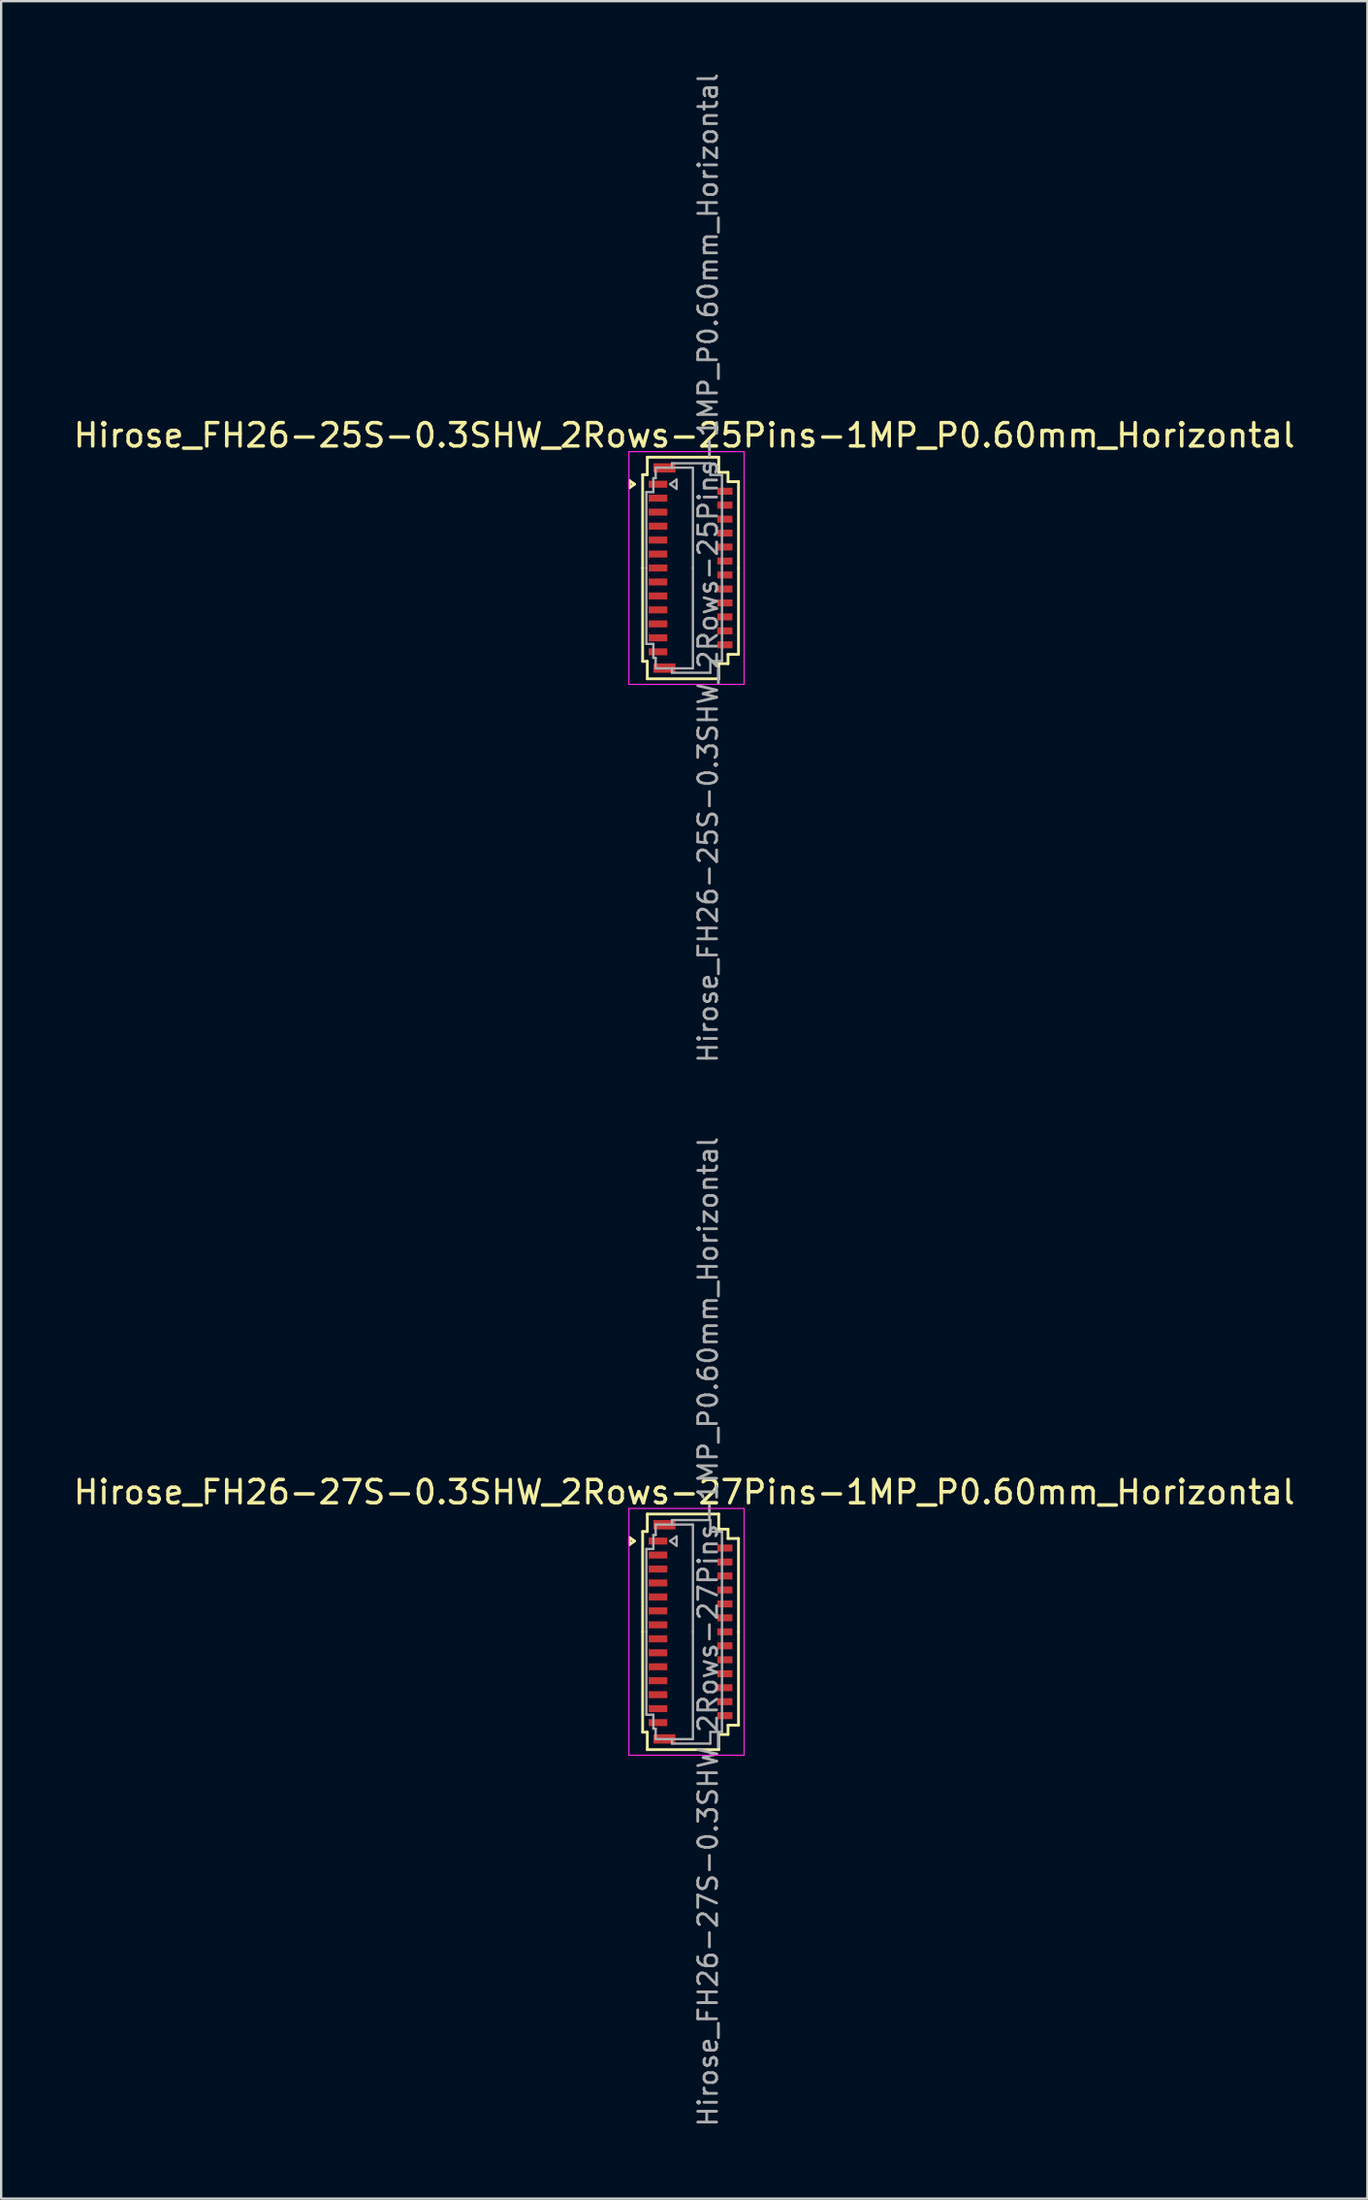
<source format=kicad_pcb>
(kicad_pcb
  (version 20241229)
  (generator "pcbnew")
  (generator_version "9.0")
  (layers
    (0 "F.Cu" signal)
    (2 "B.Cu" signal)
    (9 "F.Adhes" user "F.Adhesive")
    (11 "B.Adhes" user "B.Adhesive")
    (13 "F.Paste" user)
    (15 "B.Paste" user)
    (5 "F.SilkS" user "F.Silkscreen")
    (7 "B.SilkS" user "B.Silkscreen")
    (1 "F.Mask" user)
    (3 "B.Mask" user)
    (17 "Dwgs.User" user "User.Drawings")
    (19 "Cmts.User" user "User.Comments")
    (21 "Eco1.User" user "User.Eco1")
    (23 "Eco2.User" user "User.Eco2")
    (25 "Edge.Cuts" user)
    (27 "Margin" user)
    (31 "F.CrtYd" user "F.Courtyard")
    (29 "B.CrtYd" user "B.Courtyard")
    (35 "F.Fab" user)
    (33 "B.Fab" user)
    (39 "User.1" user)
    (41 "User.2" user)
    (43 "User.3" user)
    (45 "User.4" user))
  (footprint "Hirose_FH26-25S-0.3SHW_2Rows-25Pins-1MP_P0.60mm_Horizontal"
    (layer "F.Cu")
    (at 26.633 21.352)
    (property "Reference" "Hirose_FH26-25S-0.3SHW_2Rows-25Pins-1MP_P0.60mm_Horizontal" (at -0.27 -5.7 0) (layer "F.SilkS") (effects (font (size 1 1) (thickness 0.15))))
    (attr smd)
    (fp_line (start -2.622 -3.75) (end -2.41 -3.6) (stroke (width 0.12) (type solid)) (layer "F.SilkS"))
    (fp_line (start -2.622 -3.45) (end -2.622 -3.75) (stroke (width 0.12) (type solid)) (layer "F.SilkS"))
    (fp_line (start -2.41 -3.6) (end -2.622 -3.45) (stroke (width 0.12) (type solid)) (layer "F.SilkS"))
    (fp_line (start -2.06 -4.01) (end -2.06 0) (stroke (width 0.12) (type solid)) (layer "F.SilkS"))
    (fp_line (start -2.06 4.01) (end -2.06 0) (stroke (width 0.12) (type solid)) (layer "F.SilkS"))
    (fp_line (start -1.86 -4.76) (end -1.86 -4.01) (stroke (width 0.12) (type solid)) (layer "F.SilkS"))
    (fp_line (start -1.86 -4.01) (end -2.06 -4.01) (stroke (width 0.12) (type solid)) (layer "F.SilkS"))
    (fp_line (start -1.86 4.01) (end -2.06 4.01) (stroke (width 0.12) (type solid)) (layer "F.SilkS"))
    (fp_line (start -1.86 4.76) (end -1.86 4.01) (stroke (width 0.12) (type solid)) (layer "F.SilkS"))
    (fp_line (start 1.21 -4.76) (end -1.86 -4.76) (stroke (width 0.12) (type solid)) (layer "F.SilkS"))
    (fp_line (start 1.21 -4.11) (end 1.21 -4.76) (stroke (width 0.12) (type solid)) (layer "F.SilkS"))
    (fp_line (start 1.21 4.11) (end 1.21 4.76) (stroke (width 0.12) (type solid)) (layer "F.SilkS"))
    (fp_line (start 1.21 4.76) (end -1.86 4.76) (stroke (width 0.12) (type solid)) (layer "F.SilkS"))
    (fp_line (start 1.61 -4.11) (end 1.21 -4.11) (stroke (width 0.12) (type solid)) (layer "F.SilkS"))
    (fp_line (start 1.61 -3.71) (end 1.61 -4.11) (stroke (width 0.12) (type solid)) (layer "F.SilkS"))
    (fp_line (start 1.61 3.71) (end 1.61 4.11) (stroke (width 0.12) (type solid)) (layer "F.SilkS"))
    (fp_line (start 1.61 4.11) (end 1.21 4.11) (stroke (width 0.12) (type solid)) (layer "F.SilkS"))
    (fp_line (start 2.06 -3.71) (end 1.61 -3.71) (stroke (width 0.12) (type solid)) (layer "F.SilkS"))
    (fp_line (start 2.06 0) (end 2.06 -3.71) (stroke (width 0.12) (type solid)) (layer "F.SilkS"))
    (fp_line (start 2.06 0) (end 2.06 3.71) (stroke (width 0.12) (type solid)) (layer "F.SilkS"))
    (fp_line (start 2.06 3.71) (end 1.61 3.71) (stroke (width 0.12) (type solid)) (layer "F.SilkS"))
    (fp_line (start -2.65 -5) (end -2.65 5) (stroke (width 0.05) (type solid)) (layer "F.CrtYd"))
    (fp_line (start -2.65 5) (end 2.3 5) (stroke (width 0.05) (type solid)) (layer "F.CrtYd"))
    (fp_line (start 2.3 -5) (end -2.65 -5) (stroke (width 0.05) (type solid)) (layer "F.CrtYd"))
    (fp_line (start 2.3 5) (end 2.3 -5) (stroke (width 0.05) (type solid)) (layer "F.CrtYd"))
    (fp_line (start -1.9 -3.26) (end -1.6 -3.26) (stroke (width 0.1) (type solid)) (layer "F.Fab"))
    (fp_line (start -1.9 0) (end -1.9 -3.26) (stroke (width 0.1) (type solid)) (layer "F.Fab"))
    (fp_line (start -1.9 0) (end -1.9 3.26) (stroke (width 0.1) (type solid)) (layer "F.Fab"))
    (fp_line (start -1.9 3.26) (end -1.6 3.26) (stroke (width 0.1) (type solid)) (layer "F.Fab"))
    (fp_line (start -1.6 -3.86) (end -1.5 -3.86) (stroke (width 0.1) (type solid)) (layer "F.Fab"))
    (fp_line (start -1.6 -3.26) (end -1.6 -3.86) (stroke (width 0.1) (type solid)) (layer "F.Fab"))
    (fp_line (start -1.6 3.26) (end -1.6 3.86) (stroke (width 0.1) (type solid)) (layer "F.Fab"))
    (fp_line (start -1.6 3.86) (end -1.5 3.86) (stroke (width 0.1) (type solid)) (layer "F.Fab"))
    (fp_line (start -1.5 -4.31) (end -0.8 -4.31) (stroke (width 0.1) (type solid)) (layer "F.Fab"))
    (fp_line (start -1.5 -3.86) (end -1.5 -4.31) (stroke (width 0.1) (type solid)) (layer "F.Fab"))
    (fp_line (start -1.5 3.86) (end -1.5 4.31) (stroke (width 0.1) (type solid)) (layer "F.Fab"))
    (fp_line (start -1.5 4.31) (end -0.8 4.31) (stroke (width 0.1) (type solid)) (layer "F.Fab"))
    (fp_line (start -0.883 -3.6) (end -0.6 -3.4) (stroke (width 0.1) (type solid)) (layer "F.Fab"))
    (fp_line (start -0.8 -4.5) (end 0.85 -4.5) (stroke (width 0.1) (type solid)) (layer "F.Fab"))
    (fp_line (start -0.8 -4.31) (end -0.8 -4.5) (stroke (width 0.1) (type solid)) (layer "F.Fab"))
    (fp_line (start -0.8 4.31) (end -0.8 4.5) (stroke (width 0.1) (type solid)) (layer "F.Fab"))
    (fp_line (start -0.8 4.5) (end 0.85 4.5) (stroke (width 0.1) (type solid)) (layer "F.Fab"))
    (fp_line (start -0.6 -3.8) (end -0.883 -3.6) (stroke (width 0.1) (type solid)) (layer "F.Fab"))
    (fp_line (start -0.6 -3.4) (end -0.6 -3.8) (stroke (width 0.1) (type solid)) (layer "F.Fab"))
    (fp_line (start 0.1 -4.31) (end -0.8 -4.31) (stroke (width 0.1) (type solid)) (layer "F.Fab"))
    (fp_line (start 0.1 0) (end 0.1 -4.31) (stroke (width 0.1) (type solid)) (layer "F.Fab"))
    (fp_line (start 0.1 0) (end 0.1 4.31) (stroke (width 0.1) (type solid)) (layer "F.Fab"))
    (fp_line (start 0.1 4.31) (end -0.8 4.31) (stroke (width 0.1) (type solid)) (layer "F.Fab"))
    (fp_line (start 0.85 -4.5) (end 0.85 -4) (stroke (width 0.1) (type solid)) (layer "F.Fab"))
    (fp_line (start 0.85 -4) (end 1.35 -4) (stroke (width 0.1) (type solid)) (layer "F.Fab"))
    (fp_line (start 0.85 4) (end 1.35 4) (stroke (width 0.1) (type solid)) (layer "F.Fab"))
    (fp_line (start 0.85 4.5) (end 0.85 4) (stroke (width 0.1) (type solid)) (layer "F.Fab"))
    (fp_line (start 1.35 -4) (end 1.35 0) (stroke (width 0.1) (type solid)) (layer "F.Fab"))
    (fp_line (start 1.35 4) (end 1.35 0) (stroke (width 0.1) (type solid)) (layer "F.Fab"))
    (fp_text user "${REFERENCE}" (at 0.75 0 90) (layer "F.Fab") (effects (font (size 0.81 0.81) (thickness 0.12))))
    (pad "1" smd rect (at -1.4 -3.6) (size 0.8 0.3) (layers "F.Cu" "F.Mask" "F.Paste"))
    (pad "2" smd rect (at 1.475 -3.3) (size 0.65 0.3) (layers "F.Cu" "F.Mask" "F.Paste"))
    (pad "3" smd rect (at -1.4 -3) (size 0.8 0.3) (layers "F.Cu" "F.Mask" "F.Paste"))
    (pad "4" smd rect (at 1.475 -2.7) (size 0.65 0.3) (layers "F.Cu" "F.Mask" "F.Paste"))
    (pad "5" smd rect (at -1.4 -2.4) (size 0.8 0.3) (layers "F.Cu" "F.Mask" "F.Paste"))
    (pad "6" smd rect (at 1.475 -2.1) (size 0.65 0.3) (layers "F.Cu" "F.Mask" "F.Paste"))
    (pad "7" smd rect (at -1.4 -1.8) (size 0.8 0.3) (layers "F.Cu" "F.Mask" "F.Paste"))
    (pad "8" smd rect (at 1.475 -1.5) (size 0.65 0.3) (layers "F.Cu" "F.Mask" "F.Paste"))
    (pad "9" smd rect (at -1.4 -1.2) (size 0.8 0.3) (layers "F.Cu" "F.Mask" "F.Paste"))
    (pad "10" smd rect (at 1.475 -0.9) (size 0.65 0.3) (layers "F.Cu" "F.Mask" "F.Paste"))
    (pad "11" smd rect (at -1.4 -0.6) (size 0.8 0.3) (layers "F.Cu" "F.Mask" "F.Paste"))
    (pad "12" smd rect (at 1.475 -0.3) (size 0.65 0.3) (layers "F.Cu" "F.Mask" "F.Paste"))
    (pad "13" smd rect (at -1.4 0) (size 0.8 0.3) (layers "F.Cu" "F.Mask" "F.Paste"))
    (pad "14" smd rect (at 1.475 0.3) (size 0.65 0.3) (layers "F.Cu" "F.Mask" "F.Paste"))
    (pad "15" smd rect (at -1.4 0.6) (size 0.8 0.3) (layers "F.Cu" "F.Mask" "F.Paste"))
    (pad "16" smd rect (at 1.475 0.9) (size 0.65 0.3) (layers "F.Cu" "F.Mask" "F.Paste"))
    (pad "17" smd rect (at -1.4 1.2) (size 0.8 0.3) (layers "F.Cu" "F.Mask" "F.Paste"))
    (pad "18" smd rect (at 1.475 1.5) (size 0.65 0.3) (layers "F.Cu" "F.Mask" "F.Paste"))
    (pad "19" smd rect (at -1.4 1.8) (size 0.8 0.3) (layers "F.Cu" "F.Mask" "F.Paste"))
    (pad "20" smd rect (at 1.475 2.1) (size 0.65 0.3) (layers "F.Cu" "F.Mask" "F.Paste"))
    (pad "21" smd rect (at -1.4 2.4) (size 0.8 0.3) (layers "F.Cu" "F.Mask" "F.Paste"))
    (pad "22" smd rect (at 1.475 2.7) (size 0.65 0.3) (layers "F.Cu" "F.Mask" "F.Paste"))
    (pad "23" smd rect (at -1.4 3) (size 0.8 0.3) (layers "F.Cu" "F.Mask" "F.Paste"))
    (pad "24" smd rect (at 1.475 3.3) (size 0.65 0.3) (layers "F.Cu" "F.Mask" "F.Paste"))
    (pad "25" smd rect (at -1.4 3.6) (size 0.8 0.3) (layers "F.Cu" "F.Mask" "F.Paste"))
    (pad "MP" smd rect (at -1.125 -4.3) (size 0.95 0.4) (layers "F.Cu" "F.Mask" "F.Paste"))
    (pad "MP" smd rect (at -1.125 4.3) (size 0.95 0.4) (layers "F.Cu" "F.Mask" "F.Paste")))
  (footprint "Hirose_FH26-27S-0.3SHW_2Rows-27Pins-1MP_P0.60mm_Horizontal"
    (layer "F.Cu")
    (at 26.633 67.056)
    (property "Reference" "Hirose_FH26-27S-0.3SHW_2Rows-27Pins-1MP_P0.60mm_Horizontal" (at -0.27 -6 0) (layer "F.SilkS") (effects (font (size 1 1) (thickness 0.15))))
    (attr smd)
    (fp_line (start -2.622 -4.05) (end -2.41 -3.9) (stroke (width 0.12) (type solid)) (layer "F.SilkS"))
    (fp_line (start -2.622 -3.75) (end -2.622 -4.05) (stroke (width 0.12) (type solid)) (layer "F.SilkS"))
    (fp_line (start -2.41 -3.9) (end -2.622 -3.75) (stroke (width 0.12) (type solid)) (layer "F.SilkS"))
    (fp_line (start -2.06 -4.31) (end -2.06 0) (stroke (width 0.12) (type solid)) (layer "F.SilkS"))
    (fp_line (start -2.06 4.31) (end -2.06 0) (stroke (width 0.12) (type solid)) (layer "F.SilkS"))
    (fp_line (start -1.86 -5.06) (end -1.86 -4.31) (stroke (width 0.12) (type solid)) (layer "F.SilkS"))
    (fp_line (start -1.86 -4.31) (end -2.06 -4.31) (stroke (width 0.12) (type solid)) (layer "F.SilkS"))
    (fp_line (start -1.86 4.31) (end -2.06 4.31) (stroke (width 0.12) (type solid)) (layer "F.SilkS"))
    (fp_line (start -1.86 5.06) (end -1.86 4.31) (stroke (width 0.12) (type solid)) (layer "F.SilkS"))
    (fp_line (start 1.21 -5.06) (end -1.86 -5.06) (stroke (width 0.12) (type solid)) (layer "F.SilkS"))
    (fp_line (start 1.21 -4.41) (end 1.21 -5.06) (stroke (width 0.12) (type solid)) (layer "F.SilkS"))
    (fp_line (start 1.21 4.41) (end 1.21 5.06) (stroke (width 0.12) (type solid)) (layer "F.SilkS"))
    (fp_line (start 1.21 5.06) (end -1.86 5.06) (stroke (width 0.12) (type solid)) (layer "F.SilkS"))
    (fp_line (start 1.61 -4.41) (end 1.21 -4.41) (stroke (width 0.12) (type solid)) (layer "F.SilkS"))
    (fp_line (start 1.61 -4.01) (end 1.61 -4.41) (stroke (width 0.12) (type solid)) (layer "F.SilkS"))
    (fp_line (start 1.61 4.01) (end 1.61 4.41) (stroke (width 0.12) (type solid)) (layer "F.SilkS"))
    (fp_line (start 1.61 4.41) (end 1.21 4.41) (stroke (width 0.12) (type solid)) (layer "F.SilkS"))
    (fp_line (start 2.06 -4.01) (end 1.61 -4.01) (stroke (width 0.12) (type solid)) (layer "F.SilkS"))
    (fp_line (start 2.06 0) (end 2.06 -4.01) (stroke (width 0.12) (type solid)) (layer "F.SilkS"))
    (fp_line (start 2.06 0) (end 2.06 4.01) (stroke (width 0.12) (type solid)) (layer "F.SilkS"))
    (fp_line (start 2.06 4.01) (end 1.61 4.01) (stroke (width 0.12) (type solid)) (layer "F.SilkS"))
    (fp_line (start -2.65 -5.3) (end -2.65 5.3) (stroke (width 0.05) (type solid)) (layer "F.CrtYd"))
    (fp_line (start -2.65 5.3) (end 2.3 5.3) (stroke (width 0.05) (type solid)) (layer "F.CrtYd"))
    (fp_line (start 2.3 -5.3) (end -2.65 -5.3) (stroke (width 0.05) (type solid)) (layer "F.CrtYd"))
    (fp_line (start 2.3 5.3) (end 2.3 -5.3) (stroke (width 0.05) (type solid)) (layer "F.CrtYd"))
    (fp_line (start -1.9 -3.56) (end -1.6 -3.56) (stroke (width 0.1) (type solid)) (layer "F.Fab"))
    (fp_line (start -1.9 0) (end -1.9 -3.56) (stroke (width 0.1) (type solid)) (layer "F.Fab"))
    (fp_line (start -1.9 0) (end -1.9 3.56) (stroke (width 0.1) (type solid)) (layer "F.Fab"))
    (fp_line (start -1.9 3.56) (end -1.6 3.56) (stroke (width 0.1) (type solid)) (layer "F.Fab"))
    (fp_line (start -1.6 -4.16) (end -1.5 -4.16) (stroke (width 0.1) (type solid)) (layer "F.Fab"))
    (fp_line (start -1.6 -3.56) (end -1.6 -4.16) (stroke (width 0.1) (type solid)) (layer "F.Fab"))
    (fp_line (start -1.6 3.56) (end -1.6 4.16) (stroke (width 0.1) (type solid)) (layer "F.Fab"))
    (fp_line (start -1.6 4.16) (end -1.5 4.16) (stroke (width 0.1) (type solid)) (layer "F.Fab"))
    (fp_line (start -1.5 -4.61) (end -0.8 -4.61) (stroke (width 0.1) (type solid)) (layer "F.Fab"))
    (fp_line (start -1.5 -4.16) (end -1.5 -4.61) (stroke (width 0.1) (type solid)) (layer "F.Fab"))
    (fp_line (start -1.5 4.16) (end -1.5 4.61) (stroke (width 0.1) (type solid)) (layer "F.Fab"))
    (fp_line (start -1.5 4.61) (end -0.8 4.61) (stroke (width 0.1) (type solid)) (layer "F.Fab"))
    (fp_line (start -0.883 -3.9) (end -0.6 -3.7) (stroke (width 0.1) (type solid)) (layer "F.Fab"))
    (fp_line (start -0.8 -4.8) (end 0.85 -4.8) (stroke (width 0.1) (type solid)) (layer "F.Fab"))
    (fp_line (start -0.8 -4.61) (end -0.8 -4.8) (stroke (width 0.1) (type solid)) (layer "F.Fab"))
    (fp_line (start -0.8 4.61) (end -0.8 4.8) (stroke (width 0.1) (type solid)) (layer "F.Fab"))
    (fp_line (start -0.8 4.8) (end 0.85 4.8) (stroke (width 0.1) (type solid)) (layer "F.Fab"))
    (fp_line (start -0.6 -4.1) (end -0.883 -3.9) (stroke (width 0.1) (type solid)) (layer "F.Fab"))
    (fp_line (start -0.6 -3.7) (end -0.6 -4.1) (stroke (width 0.1) (type solid)) (layer "F.Fab"))
    (fp_line (start 0.1 -4.61) (end -0.8 -4.61) (stroke (width 0.1) (type solid)) (layer "F.Fab"))
    (fp_line (start 0.1 0) (end 0.1 -4.61) (stroke (width 0.1) (type solid)) (layer "F.Fab"))
    (fp_line (start 0.1 0) (end 0.1 4.61) (stroke (width 0.1) (type solid)) (layer "F.Fab"))
    (fp_line (start 0.1 4.61) (end -0.8 4.61) (stroke (width 0.1) (type solid)) (layer "F.Fab"))
    (fp_line (start 0.85 -4.8) (end 0.85 -4.3) (stroke (width 0.1) (type solid)) (layer "F.Fab"))
    (fp_line (start 0.85 -4.3) (end 1.35 -4.3) (stroke (width 0.1) (type solid)) (layer "F.Fab"))
    (fp_line (start 0.85 4.3) (end 1.35 4.3) (stroke (width 0.1) (type solid)) (layer "F.Fab"))
    (fp_line (start 0.85 4.8) (end 0.85 4.3) (stroke (width 0.1) (type solid)) (layer "F.Fab"))
    (fp_line (start 1.35 -4.3) (end 1.35 0) (stroke (width 0.1) (type solid)) (layer "F.Fab"))
    (fp_line (start 1.35 4.3) (end 1.35 0) (stroke (width 0.1) (type solid)) (layer "F.Fab"))
    (fp_text user "${REFERENCE}" (at 0.75 0 90) (layer "F.Fab") (effects (font (size 0.81 0.81) (thickness 0.12))))
    (pad "1" smd rect (at -1.4 -3.9) (size 0.8 0.3) (layers "F.Cu" "F.Mask" "F.Paste"))
    (pad "2" smd rect (at 1.475 -3.6) (size 0.65 0.3) (layers "F.Cu" "F.Mask" "F.Paste"))
    (pad "3" smd rect (at -1.4 -3.3) (size 0.8 0.3) (layers "F.Cu" "F.Mask" "F.Paste"))
    (pad "4" smd rect (at 1.475 -3) (size 0.65 0.3) (layers "F.Cu" "F.Mask" "F.Paste"))
    (pad "5" smd rect (at -1.4 -2.7) (size 0.8 0.3) (layers "F.Cu" "F.Mask" "F.Paste"))
    (pad "6" smd rect (at 1.475 -2.4) (size 0.65 0.3) (layers "F.Cu" "F.Mask" "F.Paste"))
    (pad "7" smd rect (at -1.4 -2.1) (size 0.8 0.3) (layers "F.Cu" "F.Mask" "F.Paste"))
    (pad "8" smd rect (at 1.475 -1.8) (size 0.65 0.3) (layers "F.Cu" "F.Mask" "F.Paste"))
    (pad "9" smd rect (at -1.4 -1.5) (size 0.8 0.3) (layers "F.Cu" "F.Mask" "F.Paste"))
    (pad "10" smd rect (at 1.475 -1.2) (size 0.65 0.3) (layers "F.Cu" "F.Mask" "F.Paste"))
    (pad "11" smd rect (at -1.4 -0.9) (size 0.8 0.3) (layers "F.Cu" "F.Mask" "F.Paste"))
    (pad "12" smd rect (at 1.475 -0.6) (size 0.65 0.3) (layers "F.Cu" "F.Mask" "F.Paste"))
    (pad "13" smd rect (at -1.4 -0.3) (size 0.8 0.3) (layers "F.Cu" "F.Mask" "F.Paste"))
    (pad "14" smd rect (at 1.475 0) (size 0.65 0.3) (layers "F.Cu" "F.Mask" "F.Paste"))
    (pad "15" smd rect (at -1.4 0.3) (size 0.8 0.3) (layers "F.Cu" "F.Mask" "F.Paste"))
    (pad "16" smd rect (at 1.475 0.6) (size 0.65 0.3) (layers "F.Cu" "F.Mask" "F.Paste"))
    (pad "17" smd rect (at -1.4 0.9) (size 0.8 0.3) (layers "F.Cu" "F.Mask" "F.Paste"))
    (pad "18" smd rect (at 1.475 1.2) (size 0.65 0.3) (layers "F.Cu" "F.Mask" "F.Paste"))
    (pad "19" smd rect (at -1.4 1.5) (size 0.8 0.3) (layers "F.Cu" "F.Mask" "F.Paste"))
    (pad "20" smd rect (at 1.475 1.8) (size 0.65 0.3) (layers "F.Cu" "F.Mask" "F.Paste"))
    (pad "21" smd rect (at -1.4 2.1) (size 0.8 0.3) (layers "F.Cu" "F.Mask" "F.Paste"))
    (pad "22" smd rect (at 1.475 2.4) (size 0.65 0.3) (layers "F.Cu" "F.Mask" "F.Paste"))
    (pad "23" smd rect (at -1.4 2.7) (size 0.8 0.3) (layers "F.Cu" "F.Mask" "F.Paste"))
    (pad "24" smd rect (at 1.475 3) (size 0.65 0.3) (layers "F.Cu" "F.Mask" "F.Paste"))
    (pad "25" smd rect (at -1.4 3.3) (size 0.8 0.3) (layers "F.Cu" "F.Mask" "F.Paste"))
    (pad "26" smd rect (at 1.475 3.6) (size 0.65 0.3) (layers "F.Cu" "F.Mask" "F.Paste"))
    (pad "27" smd rect (at -1.4 3.9) (size 0.8 0.3) (layers "F.Cu" "F.Mask" "F.Paste"))
    (pad "MP" smd rect (at -1.125 -4.6) (size 0.95 0.4) (layers "F.Cu" "F.Mask" "F.Paste"))
    (pad "MP" smd rect (at -1.125 4.6) (size 0.95 0.4) (layers "F.Cu" "F.Mask" "F.Paste")))
  (gr_rect
    (start -3 -3)
    (end 55.726 91.407)
    (stroke (width 0.1) (type default))
    (fill no)
    (layer "Edge.Cuts")))
</source>
